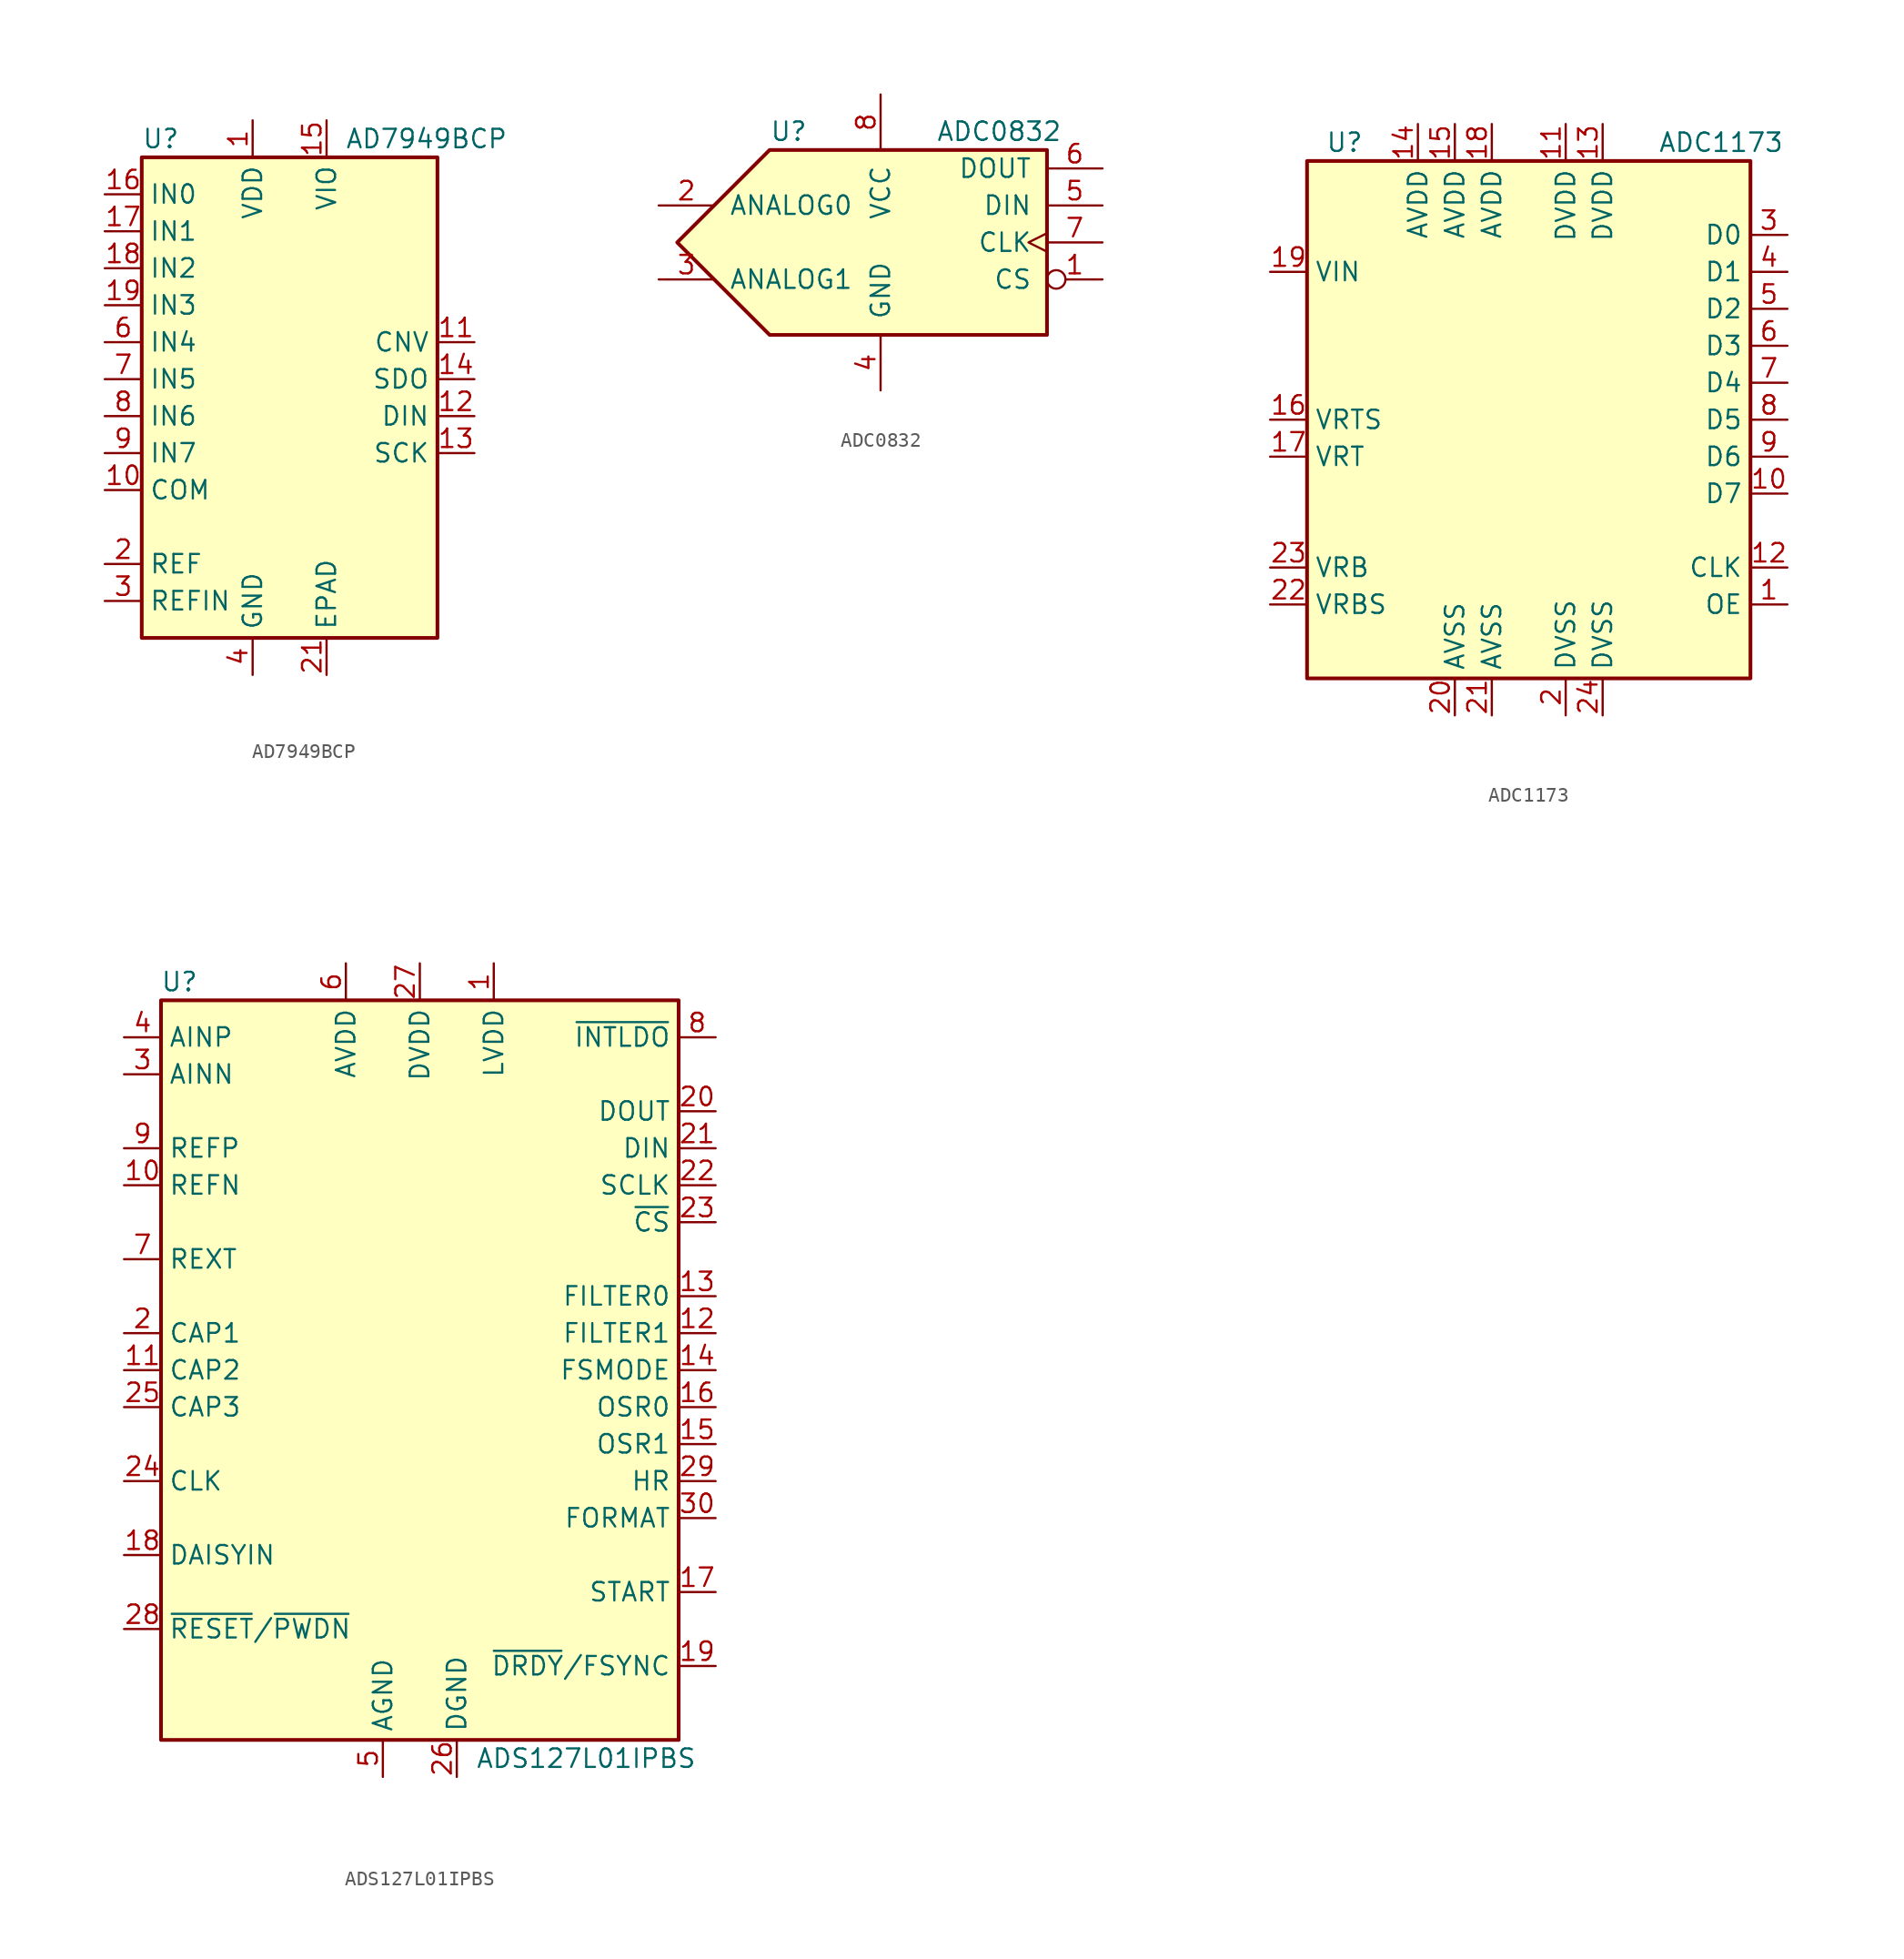
<source format=kicad_sym>
(kicad_symbol_lib
  (version 20231120)
  (generator "kicad_symbol_editor")
  (generator_version "8.0")
  (symbol "AD7949BCP"
    (property "Reference" "U"
      (at -10.16 16.51 0)
      (effects (font (size 1.27 1.27)) (justify left)))
    (property "Value" "AD7949BCP"
      (at 3.81 16.51 0)
      (effects (font (size 1.27 1.27)) (justify left)))
    (symbol "AD7949BCP_0_1"
      (rectangle (start -10.16 15.24) (end 10.16 -17.78) (stroke (width 0.254) (type default)) (fill (type background))))
    (symbol "AD7949BCP_1_1"
      (pin power_in line (at -2.54 17.78 270) (length 2.54) (name "VDD" (effects (font (size 1.27 1.27)))) (number "1" (effects (font (size 1.27 1.27)))))
      (pin input line (at -12.7 -7.62 0) (length 2.54) (name "COM" (effects (font (size 1.27 1.27)))) (number "10" (effects (font (size 1.27 1.27)))))
      (pin input line (at 12.7 2.54 180) (length 2.54) (name "CNV" (effects (font (size 1.27 1.27)))) (number "11" (effects (font (size 1.27 1.27)))))
      (pin input line (at 12.7 -2.54 180) (length 2.54) (name "DIN" (effects (font (size 1.27 1.27)))) (number "12" (effects (font (size 1.27 1.27)))))
      (pin input line (at 12.7 -5.08 180) (length 2.54) (name "SCK" (effects (font (size 1.27 1.27)))) (number "13" (effects (font (size 1.27 1.27)))))
      (pin output line (at 12.7 0 180) (length 2.54) (name "SDO" (effects (font (size 1.27 1.27)))) (number "14" (effects (font (size 1.27 1.27)))))
      (pin power_in line (at 2.54 17.78 270) (length 2.54) (name "VIO" (effects (font (size 1.27 1.27)))) (number "15" (effects (font (size 1.27 1.27)))))
      (pin input line (at -12.7 12.7 0) (length 2.54) (name "IN0" (effects (font (size 1.27 1.27)))) (number "16" (effects (font (size 1.27 1.27)))))
      (pin input line (at -12.7 10.16 0) (length 2.54) (name "IN1" (effects (font (size 1.27 1.27)))) (number "17" (effects (font (size 1.27 1.27)))))
      (pin input line (at -12.7 7.62 0) (length 2.54) (name "IN2" (effects (font (size 1.27 1.27)))) (number "18" (effects (font (size 1.27 1.27)))))
      (pin input line (at -12.7 5.08 0) (length 2.54) (name "IN3" (effects (font (size 1.27 1.27)))) (number "19" (effects (font (size 1.27 1.27)))))
      (pin passive line (at -12.7 -12.7 0) (length 2.54) (name "REF" (effects (font (size 1.27 1.27)))) (number "2" (effects (font (size 1.27 1.27)))))
      (pin passive line (at -2.54 17.78 270) (length 2.54) hide (name "VDD" (effects (font (size 1.27 1.27)))) (number "20" (effects (font (size 1.27 1.27)))))
      (pin power_in line (at 2.54 -20.32 90) (length 2.54) (name "EPAD" (effects (font (size 1.27 1.27)))) (number "21" (effects (font (size 1.27 1.27)))))
      (pin passive line (at -12.7 -15.24 0) (length 2.54) (name "REFIN" (effects (font (size 1.27 1.27)))) (number "3" (effects (font (size 1.27 1.27)))))
      (pin power_in line (at -2.54 -20.32 90) (length 2.54) (name "GND" (effects (font (size 1.27 1.27)))) (number "4" (effects (font (size 1.27 1.27)))))
      (pin passive line (at -2.54 -20.32 90) (length 2.54) hide (name "GND" (effects (font (size 1.27 1.27)))) (number "5" (effects (font (size 1.27 1.27)))))
      (pin input line (at -12.7 2.54 0) (length 2.54) (name "IN4" (effects (font (size 1.27 1.27)))) (number "6" (effects (font (size 1.27 1.27)))))
      (pin input line (at -12.7 0 0) (length 2.54) (name "IN5" (effects (font (size 1.27 1.27)))) (number "7" (effects (font (size 1.27 1.27)))))
      (pin input line (at -12.7 -2.54 0) (length 2.54) (name "IN6" (effects (font (size 1.27 1.27)))) (number "8" (effects (font (size 1.27 1.27)))))
      (pin input line (at -12.7 -5.08 0) (length 2.54) (name "IN7" (effects (font (size 1.27 1.27)))) (number "9" (effects (font (size 1.27 1.27)))))))
  (symbol "ADC0832"
    (pin_names
      (offset 1.016))
    (property "Reference" "U"
      (at -7.62 7.62 0)
      (effects (font (size 1.27 1.27)) (justify left)))
    (property "Value" "ADC0832"
      (at 3.81 7.62 0)
      (effects (font (size 1.27 1.27)) (justify left)))
    (symbol "ADC0832_0_1"
      (polyline (pts (xy -13.97 0) (xy -7.62 6.35) (xy 11.43 6.35) (xy 11.43 -6.35) (xy -7.62 -6.35) (xy -13.97 0)) (stroke (width 0.254) (type default)) (fill (type background))))
    (symbol "ADC0832_1_1"
      (pin input inverted (at 15.24 -2.54 180) (length 3.81) (name "CS" (effects (font (size 1.27 1.27)))) (number "1" (effects (font (size 1.27 1.27)))))
      (pin input line (at -15.24 2.54 0) (length 3.81) (name "ANALOG0" (effects (font (size 1.27 1.27)))) (number "2" (effects (font (size 1.27 1.27)))))
      (pin input line (at -15.24 -2.54 0) (length 3.81) (name "ANALOG1" (effects (font (size 1.27 1.27)))) (number "3" (effects (font (size 1.27 1.27)))))
      (pin input line (at 0 -10.16 90) (length 3.81) (name "GND" (effects (font (size 1.27 1.27)))) (number "4" (effects (font (size 1.27 1.27)))))
      (pin input line (at 15.24 2.54 180) (length 3.81) (name "DIN" (effects (font (size 1.27 1.27)))) (number "5" (effects (font (size 1.27 1.27)))))
      (pin output line (at 15.24 5.08 180) (length 3.81) (name "DOUT" (effects (font (size 1.27 1.27)))) (number "6" (effects (font (size 1.27 1.27)))))
      (pin input clock (at 15.24 0 180) (length 3.81) (name "CLK" (effects (font (size 1.27 1.27)))) (number "7" (effects (font (size 1.27 1.27)))))
      (pin input line (at 0 10.16 270) (length 3.81) (name "VCC" (effects (font (size 1.27 1.27)))) (number "8" (effects (font (size 1.27 1.27)))))))
  (symbol "ADC1173"
    (property "Reference" "U"
      (at -13.97 19.05 0)
      (effects (font (size 1.27 1.27)) (justify left)))
    (property "Value" "ADC1173"
      (at 8.89 19.05 0)
      (effects (font (size 1.27 1.27)) (justify left)))
    (symbol "ADC1173_0_1"
      (rectangle (start -15.24 17.78) (end 15.24 -17.78) (stroke (width 0.254) (type default)) (fill (type background))))
    (symbol "ADC1173_1_1"
      (pin input line (at 17.78 -12.7 180) (length 2.54) (name "OE" (effects (font (size 1.27 1.27)))) (number "1" (effects (font (size 1.27 1.27)))))
      (pin tri_state line (at 17.78 -5.08 180) (length 2.54) (name "D7" (effects (font (size 1.27 1.27)))) (number "10" (effects (font (size 1.27 1.27)))))
      (pin power_in line (at 2.54 20.32 270) (length 2.54) (name "DVDD" (effects (font (size 1.27 1.27)))) (number "11" (effects (font (size 1.27 1.27)))))
      (pin input line (at 17.78 -10.16 180) (length 2.54) (name "CLK" (effects (font (size 1.27 1.27)))) (number "12" (effects (font (size 1.27 1.27)))))
      (pin power_in line (at 5.08 20.32 270) (length 2.54) (name "DVDD" (effects (font (size 1.27 1.27)))) (number "13" (effects (font (size 1.27 1.27)))))
      (pin power_in line (at -7.62 20.32 270) (length 2.54) (name "AVDD" (effects (font (size 1.27 1.27)))) (number "14" (effects (font (size 1.27 1.27)))))
      (pin power_in line (at -5.08 20.32 270) (length 2.54) (name "AVDD" (effects (font (size 1.27 1.27)))) (number "15" (effects (font (size 1.27 1.27)))))
      (pin input line (at -17.78 0 0) (length 2.54) (name "VRTS" (effects (font (size 1.27 1.27)))) (number "16" (effects (font (size 1.27 1.27)))))
      (pin input line (at -17.78 -2.54 0) (length 2.54) (name "VRT" (effects (font (size 1.27 1.27)))) (number "17" (effects (font (size 1.27 1.27)))))
      (pin power_in line (at -2.54 20.32 270) (length 2.54) (name "AVDD" (effects (font (size 1.27 1.27)))) (number "18" (effects (font (size 1.27 1.27)))))
      (pin input line (at -17.78 10.16 0) (length 2.54) (name "VIN" (effects (font (size 1.27 1.27)))) (number "19" (effects (font (size 1.27 1.27)))))
      (pin power_in line (at 2.54 -20.32 90) (length 2.54) (name "DVSS" (effects (font (size 1.27 1.27)))) (number "2" (effects (font (size 1.27 1.27)))))
      (pin power_in line (at -5.08 -20.32 90) (length 2.54) (name "AVSS" (effects (font (size 1.27 1.27)))) (number "20" (effects (font (size 1.27 1.27)))))
      (pin power_in line (at -2.54 -20.32 90) (length 2.54) (name "AVSS" (effects (font (size 1.27 1.27)))) (number "21" (effects (font (size 1.27 1.27)))))
      (pin input line (at -17.78 -12.7 0) (length 2.54) (name "VRBS" (effects (font (size 1.27 1.27)))) (number "22" (effects (font (size 1.27 1.27)))))
      (pin input line (at -17.78 -10.16 0) (length 2.54) (name "VRB" (effects (font (size 1.27 1.27)))) (number "23" (effects (font (size 1.27 1.27)))))
      (pin power_in line (at 5.08 -20.32 90) (length 2.54) (name "DVSS" (effects (font (size 1.27 1.27)))) (number "24" (effects (font (size 1.27 1.27)))))
      (pin tri_state line (at 17.78 12.7 180) (length 2.54) (name "D0" (effects (font (size 1.27 1.27)))) (number "3" (effects (font (size 1.27 1.27)))))
      (pin tri_state line (at 17.78 10.16 180) (length 2.54) (name "D1" (effects (font (size 1.27 1.27)))) (number "4" (effects (font (size 1.27 1.27)))))
      (pin tri_state line (at 17.78 7.62 180) (length 2.54) (name "D2" (effects (font (size 1.27 1.27)))) (number "5" (effects (font (size 1.27 1.27)))))
      (pin tri_state line (at 17.78 5.08 180) (length 2.54) (name "D3" (effects (font (size 1.27 1.27)))) (number "6" (effects (font (size 1.27 1.27)))))
      (pin tri_state line (at 17.78 2.54 180) (length 2.54) (name "D4" (effects (font (size 1.27 1.27)))) (number "7" (effects (font (size 1.27 1.27)))))
      (pin tri_state line (at 17.78 0 180) (length 2.54) (name "D5" (effects (font (size 1.27 1.27)))) (number "8" (effects (font (size 1.27 1.27)))))
      (pin tri_state line (at 17.78 -2.54 180) (length 2.54) (name "D6" (effects (font (size 1.27 1.27)))) (number "9" (effects (font (size 1.27 1.27)))))))
  (symbol "ADS127L01IPBS"
    (property "Reference" "U"
      (at -16.51 26.67 0)
      (effects (font (size 1.27 1.27))))
    (property "Value" "ADS127L01IPBS"
      (at 11.43 -26.67 0)
      (effects (font (size 1.27 1.27))))
    (symbol "ADS127L01IPBS_0_1"
      (rectangle (start -17.78 25.4) (end 17.78 -25.4) (stroke (width 0.254) (type default)) (fill (type background))))
    (symbol "ADS127L01IPBS_1_1"
      (pin power_in line (at 5.08 27.94 270) (length 2.54) (name "LVDD" (effects (font (size 1.27 1.27)))) (number "1" (effects (font (size 1.27 1.27)))))
      (pin input line (at -20.32 12.7 0) (length 2.54) (name "REFN" (effects (font (size 1.27 1.27)))) (number "10" (effects (font (size 1.27 1.27)))))
      (pin output line (at -20.32 0 0) (length 2.54) (name "CAP2" (effects (font (size 1.27 1.27)))) (number "11" (effects (font (size 1.27 1.27)))))
      (pin input line (at 20.32 2.54 180) (length 2.54) (name "FILTER1" (effects (font (size 1.27 1.27)))) (number "12" (effects (font (size 1.27 1.27)))))
      (pin input line (at 20.32 5.08 180) (length 2.54) (name "FILTER0" (effects (font (size 1.27 1.27)))) (number "13" (effects (font (size 1.27 1.27)))))
      (pin input line (at 20.32 0 180) (length 2.54) (name "FSMODE" (effects (font (size 1.27 1.27)))) (number "14" (effects (font (size 1.27 1.27)))))
      (pin input line (at 20.32 -5.08 180) (length 2.54) (name "OSR1" (effects (font (size 1.27 1.27)))) (number "15" (effects (font (size 1.27 1.27)))))
      (pin input line (at 20.32 -2.54 180) (length 2.54) (name "OSR0" (effects (font (size 1.27 1.27)))) (number "16" (effects (font (size 1.27 1.27)))))
      (pin input line (at 20.32 -15.24 180) (length 2.54) (name "START" (effects (font (size 1.27 1.27)))) (number "17" (effects (font (size 1.27 1.27)))))
      (pin input line (at -20.32 -12.7 0) (length 2.54) (name "DAISYIN" (effects (font (size 1.27 1.27)))) (number "18" (effects (font (size 1.27 1.27)))))
      (pin passive line (at 20.32 -20.32 180) (length 2.54) (name "~{DRDY}/FSYNC" (effects (font (size 1.27 1.27)))) (number "19" (effects (font (size 1.27 1.27)))))
      (pin output line (at -20.32 2.54 0) (length 2.54) (name "CAP1" (effects (font (size 1.27 1.27)))) (number "2" (effects (font (size 1.27 1.27)))))
      (pin output line (at 20.32 17.78 180) (length 2.54) (name "DOUT" (effects (font (size 1.27 1.27)))) (number "20" (effects (font (size 1.27 1.27)))))
      (pin input line (at 20.32 15.24 180) (length 2.54) (name "DIN" (effects (font (size 1.27 1.27)))) (number "21" (effects (font (size 1.27 1.27)))))
      (pin input line (at 20.32 12.7 180) (length 2.54) (name "SCLK" (effects (font (size 1.27 1.27)))) (number "22" (effects (font (size 1.27 1.27)))))
      (pin input line (at 20.32 10.16 180) (length 2.54) (name "~{CS}" (effects (font (size 1.27 1.27)))) (number "23" (effects (font (size 1.27 1.27)))))
      (pin input line (at -20.32 -7.62 0) (length 2.54) (name "CLK" (effects (font (size 1.27 1.27)))) (number "24" (effects (font (size 1.27 1.27)))))
      (pin output line (at -20.32 -2.54 0) (length 2.54) (name "CAP3" (effects (font (size 1.27 1.27)))) (number "25" (effects (font (size 1.27 1.27)))))
      (pin power_in line (at 2.54 -27.94 90) (length 2.54) (name "DGND" (effects (font (size 1.27 1.27)))) (number "26" (effects (font (size 1.27 1.27)))))
      (pin power_in line (at 0 27.94 270) (length 2.54) (name "DVDD" (effects (font (size 1.27 1.27)))) (number "27" (effects (font (size 1.27 1.27)))))
      (pin input line (at -20.32 -17.78 0) (length 2.54) (name "~{RESET}/~{PWDN}" (effects (font (size 1.27 1.27)))) (number "28" (effects (font (size 1.27 1.27)))))
      (pin input line (at 20.32 -7.62 180) (length 2.54) (name "HR" (effects (font (size 1.27 1.27)))) (number "29" (effects (font (size 1.27 1.27)))))
      (pin input line (at -20.32 20.32 0) (length 2.54) (name "AINN" (effects (font (size 1.27 1.27)))) (number "3" (effects (font (size 1.27 1.27)))))
      (pin input line (at 20.32 -10.16 180) (length 2.54) (name "FORMAT" (effects (font (size 1.27 1.27)))) (number "30" (effects (font (size 1.27 1.27)))))
      (pin passive line (at -2.54 -27.94 90) (length 2.54) hide (name "AGND" (effects (font (size 1.27 1.27)))) (number "31" (effects (font (size 1.27 1.27)))))
      (pin passive line (at -5.08 27.94 270) (length 2.54) hide (name "AVDD" (effects (font (size 1.27 1.27)))) (number "32" (effects (font (size 1.27 1.27)))))
      (pin input line (at -20.32 22.86 0) (length 2.54) (name "AINP" (effects (font (size 1.27 1.27)))) (number "4" (effects (font (size 1.27 1.27)))))
      (pin power_in line (at -2.54 -27.94 90) (length 2.54) (name "AGND" (effects (font (size 1.27 1.27)))) (number "5" (effects (font (size 1.27 1.27)))))
      (pin power_in line (at -5.08 27.94 270) (length 2.54) (name "AVDD" (effects (font (size 1.27 1.27)))) (number "6" (effects (font (size 1.27 1.27)))))
      (pin input line (at -20.32 7.62 0) (length 2.54) (name "REXT" (effects (font (size 1.27 1.27)))) (number "7" (effects (font (size 1.27 1.27)))))
      (pin input line (at 20.32 22.86 180) (length 2.54) (name "~{INTLDO}" (effects (font (size 1.27 1.27)))) (number "8" (effects (font (size 1.27 1.27)))))
      (pin input line (at -20.32 15.24 0) (length 2.54) (name "REFP" (effects (font (size 1.27 1.27)))) (number "9" (effects (font (size 1.27 1.27))))))))
</source>
